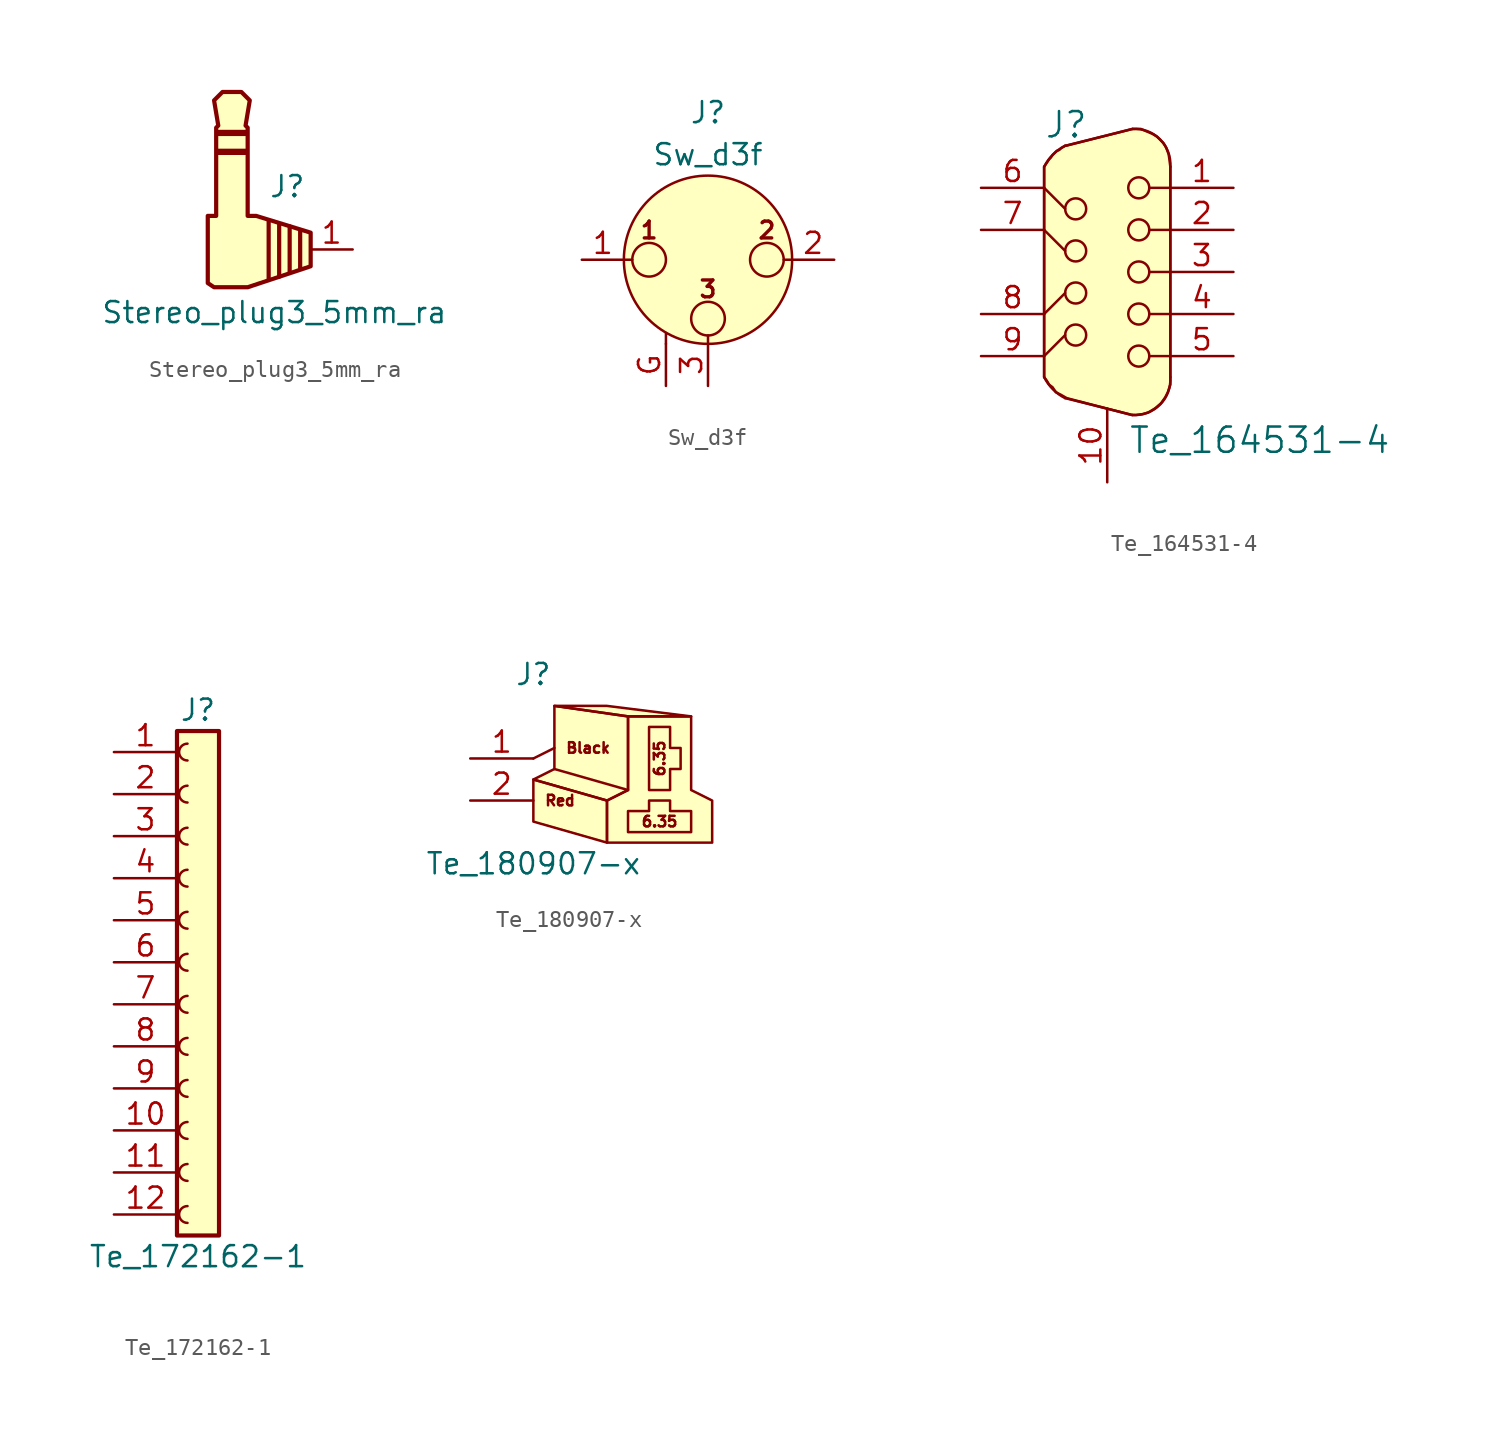
<source format=kicad_sym>
(kicad_symbol_lib
  (version 20220914)
  (generator kicad_symbol_editor)
  (symbol "Stereo_plug3_5mm_ra"
    (pin_names
      (offset 1.016) hide)
    (property "Reference" "J"
      (at -2.54 3.81 0)
      (effects (font (size 1.27 1.27)) (justify left)))
    (property "Value" "Stereo_plug3_5mm_ra"
      (at -12.7 -3.81 0)
      (effects (font (size 1.27 1.27)) (justify left)))
    (symbol "Stereo_plug3_5mm_ra_0_1"
      (rectangle (start -5.588 5.842) (end -3.937 5.969) (stroke (width 0.254) (type default)) (fill (type none)))
      (rectangle (start -5.588 6.985) (end -3.937 7.112) (stroke (width 0.254) (type default)) (fill (type none)))
      (polyline (pts (xy -2.54 1.778) (xy -2.54 -1.778)) (stroke (width 0.254) (type default)) (fill (type none)))
      (polyline (pts (xy -1.27 1.397) (xy -1.27 -1.397)) (stroke (width 0.254) (type default)) (fill (type none)))
      (polyline (pts (xy -0.635 1.143) (xy -0.635 -1.143)) (stroke (width 0.254) (type default)) (fill (type none)))
      (polyline (pts (xy -1.905 1.524) (xy -1.905 -1.651) (xy -1.905 -1.524) (xy -1.905 -1.651)) (stroke (width 0.254) (type default)) (fill (type none)))
      (polyline (pts (xy 0 -1.016) (xy 0 1.016) (xy -3.302 2.032) (xy -3.81 2.032) (xy -3.81 5.588) (xy -3.81 7.366) (xy -3.937 7.493) (xy -3.683 9.017) (xy -4.191 9.525) (xy -5.334 9.525) (xy -5.842 9.017) (xy -5.588 7.493) (xy -5.715 7.366) (xy -5.715 2.032) (xy -6.223 2.032) (xy -6.223 -2.032) (xy -5.842 -2.286) (xy -3.81 -2.286) (xy 0 -1.016)) (stroke (width 0.254) (type default)) (fill (type background))))
    (symbol "Stereo_plug3_5mm_ra_1_1"
      (pin passive line (at 2.54 0 180) (length 2.54) (name "Pin_1" (effects (font (size 1.27 1.27)))) (number "1" (effects (font (size 1.27 1.27)))))))
  (symbol "Sw_d3f"
    (pin_names hide)
    (property "Reference" "J"
      (at 0 8.89 0)
      (effects (font (size 1.27 1.27))))
    (property "Value" "Sw_d3f"
      (at 0 6.35 0)
      (effects (font (size 1.27 1.27))))
    (symbol "Sw_d3f_1_1"
      (circle (center -3.556 0) (radius 1.016) (stroke (width 0) (type default)) (fill (type none)))
      (circle (center 0 -3.556) (radius 1.016) (stroke (width 0) (type default)) (fill (type none)))
      (polyline (pts (xy -5.08 0) (xy -4.572 0)) (stroke (width 0) (type default)) (fill (type none)))
      (polyline (pts (xy -2.54 -5.08) (xy -2.54 -4.445)) (stroke (width 0) (type default)) (fill (type none)))
      (polyline (pts (xy 0 -5.08) (xy 0 -4.572)) (stroke (width 0) (type default)) (fill (type none)))
      (polyline (pts (xy 5.08 0) (xy 4.572 0)) (stroke (width 0) (type default)) (fill (type none)))
      (circle (center 0 0) (radius 5.08) (stroke (width 0) (type default)) (fill (type background)))
      (circle (center 3.556 0) (radius 1.016) (stroke (width 0) (type default)) (fill (type none)))
      (text "1" (at -3.556 1.778 0) (effects (font (size 1.016 1.016) bold)))
      (text "2" (at 3.556 1.778 0) (effects (font (size 1.016 1.016) bold)))
      (text "3" (at 0 -1.778 0) (effects (font (size 1.016 1.016) bold)))
      (pin passive line (at -7.62 0 0) (length 2.54) (name "PIN_1" (effects (font (size 1.27 1.27)))) (number "1" (effects (font (size 1.27 1.27)))))
      (pin passive line (at 7.62 0 180) (length 2.54) (name "PIN_2" (effects (font (size 1.27 1.27)))) (number "2" (effects (font (size 1.27 1.27)))))
      (pin passive line (at 0 -7.62 90) (length 2.54) (name "PIN_3" (effects (font (size 1.27 1.27)))) (number "3" (effects (font (size 1.27 1.27)))))
      (pin passive line (at -2.54 -7.62 90) (length 2.54) (name "GND" (effects (font (size 1.27 1.27)))) (number "G" (effects (font (size 1.27 1.27)))))))
  (symbol "Te_164531-4"
    (pin_names
      (offset 1.016) hide)
    (property "Reference" "J"
      (at -3.81 8.89 0)
      (effects (font (size 1.524 1.524)) (justify left)))
    (property "Value" "Te_164531-4"
      (at 1.27 -10.16 0)
      (effects (font (size 1.524 1.524)) (justify left)))
    (symbol "Te_164531-4_0_1"
      (circle (center -1.905 -3.81) (radius 0.635) (stroke (width 0) (type default)) (fill (type none)))
      (circle (center -1.905 -1.27) (radius 0.635) (stroke (width 0) (type default)) (fill (type none)))
      (circle (center -1.905 1.27) (radius 0.635) (stroke (width 0) (type default)) (fill (type none)))
      (circle (center -1.905 3.81) (radius 0.635) (stroke (width 0) (type default)) (fill (type none)))
      (polyline (pts (xy -3.81 -5.08) (xy -2.54 -3.81)) (stroke (width 0) (type default)) (fill (type none)))
      (polyline (pts (xy -3.81 -2.54) (xy -2.54 -1.27)) (stroke (width 0) (type default)) (fill (type none)))
      (polyline (pts (xy -3.81 2.54) (xy -2.54 1.27)) (stroke (width 0) (type default)) (fill (type none)))
      (polyline (pts (xy -3.81 5.08) (xy -2.54 3.81)) (stroke (width 0) (type default)) (fill (type none)))
      (polyline (pts (xy 3.81 -5.08) (xy 2.54 -5.08)) (stroke (width 0) (type default)) (fill (type none)))
      (polyline (pts (xy 3.81 -2.54) (xy 2.54 -2.54)) (stroke (width 0) (type default)) (fill (type none)))
      (polyline (pts (xy 3.81 0) (xy 2.54 0)) (stroke (width 0) (type default)) (fill (type none)))
      (polyline (pts (xy 3.81 2.54) (xy 2.54 2.54)) (stroke (width 0) (type default)) (fill (type none)))
      (polyline (pts (xy 3.81 5.08) (xy 2.54 5.08)) (stroke (width 0) (type default)) (fill (type none)))
      (circle (center 1.905 -5.08) (radius 0.635) (stroke (width 0) (type default)) (fill (type none)))
      (circle (center 1.905 -2.54) (radius 0.635) (stroke (width 0) (type default)) (fill (type none)))
      (circle (center 1.905 0) (radius 0.635) (stroke (width 0) (type default)) (fill (type none)))
      (circle (center 1.905 2.54) (radius 0.635) (stroke (width 0) (type default)) (fill (type none)))
      (circle (center 1.905 5.08) (radius 0.635) (stroke (width 0) (type default)) (fill (type none))))
    (symbol "Te_164531-4_1_1"
      (arc (start -3.81 -6.35) (mid -3.278 -7.088) (end -2.54 -7.62) (stroke (width 0) (type default)) (fill (type none)))
      (arc (start -2.54 7.62) (mid -3.278 7.088) (end -3.81 6.35) (stroke (width 0) (type default)) (fill (type none)))
      (polyline (pts (xy -3.81 6.35) (xy -3.81 -6.35)) (stroke (width 0) (type default)) (fill (type background)))
      (polyline (pts (xy -2.54 7.62) (xy 1.524 8.636)) (stroke (width 0) (type default)) (fill (type background)))
      (polyline (pts (xy 1.524 -8.636) (xy -2.54 -7.62)) (stroke (width 0) (type default)) (fill (type background)))
      (polyline (pts (xy 3.81 6.35) (xy 3.81 -6.35)) (stroke (width 0) (type default)) (fill (type background)))
      (polyline (pts (xy -2.54 7.62) (xy -2.794 7.468) (xy -2.896 7.366) (xy -3.048 7.315) (xy -3.2 7.163) (xy -3.302 7.061) (xy -3.404 6.909) (xy -3.505 6.807) (xy -3.607 6.655) (xy -3.708 6.502) (xy -3.81 6.35) (xy -3.81 -6.35) (xy -3.658 -6.553) (xy -3.505 -6.807) (xy -3.302 -6.96) (xy -3.099 -7.264) (xy -2.794 -7.417) (xy -2.438 -7.62) (xy 1.473 -8.636) (xy 1.727 -8.636) (xy 2.134 -8.585) (xy 2.489 -8.484) (xy 2.896 -8.23) (xy 3.251 -7.925) (xy 3.505 -7.569) (xy 3.658 -7.264) (xy 3.81 -6.807) (xy 3.81 -6.35) (xy 3.81 6.35) (xy 3.759 6.756) (xy 3.708 7.112) (xy 3.556 7.518) (xy 3.404 7.772) (xy 3.2 7.976) (xy 2.997 8.179) (xy 2.743 8.331) (xy 2.388 8.484) (xy 2.032 8.636) (xy 1.778 8.636) (xy 1.524 8.636) (xy -2.489 7.62)) (stroke (width 0) (type default)) (fill (type background)))
      (arc (start 1.524 -8.636) (mid 3.1855 -8.0115) (end 3.81 -6.35) (stroke (width 0) (type default)) (fill (type none)))
      (arc (start 3.81 6.35) (mid 3.1855 8.0115) (end 1.524 8.636) (stroke (width 0) (type default)) (fill (type none)))
      (pin passive line (at 7.62 5.08 180) (length 3.81) (name "Pin_1" (effects (font (size 1.27 1.27)))) (number "1" (effects (font (size 1.27 1.27)))))
      (pin passive line (at 0 -12.7 90) (length 4.445) (name "Pin_10" (effects (font (size 1.27 1.27)))) (number "10" (effects (font (size 1.27 1.27)))))
      (pin passive line (at 7.62 2.54 180) (length 3.81) (name "Pin_2" (effects (font (size 1.27 1.27)))) (number "2" (effects (font (size 1.27 1.27)))))
      (pin passive line (at 7.62 0 180) (length 3.81) (name "Pin_3" (effects (font (size 1.27 1.27)))) (number "3" (effects (font (size 1.27 1.27)))))
      (pin passive line (at 7.62 -2.54 180) (length 3.81) (name "Pin_4" (effects (font (size 1.27 1.27)))) (number "4" (effects (font (size 1.27 1.27)))))
      (pin passive line (at 7.62 -5.08 180) (length 3.81) (name "Pin_5" (effects (font (size 1.27 1.27)))) (number "5" (effects (font (size 1.27 1.27)))))
      (pin passive line (at -7.62 5.08 0) (length 3.81) (name "Pin_6" (effects (font (size 1.27 1.27)))) (number "6" (effects (font (size 1.27 1.27)))))
      (pin passive line (at -7.62 2.54 0) (length 3.81) (name "Pin_7" (effects (font (size 1.27 1.27)))) (number "7" (effects (font (size 1.27 1.27)))))
      (pin passive line (at -7.62 -2.54 0) (length 3.81) (name "Pin_8" (effects (font (size 1.27 1.27)))) (number "8" (effects (font (size 1.27 1.27)))))
      (pin passive line (at -7.62 -5.08 0) (length 3.81) (name "Pin_9" (effects (font (size 1.27 1.27)))) (number "9" (effects (font (size 1.27 1.27)))))))
  (symbol "Te_172162-1"
    (pin_names
      (offset 1.016) hide)
    (property "Reference" "J"
      (at 0 16.51 0)
      (effects (font (size 1.27 1.27))))
    (property "Value" "Te_172162-1"
      (at 0 -16.51 0)
      (effects (font (size 1.27 1.27))))
    (symbol "Te_172162-1_1_1"
      (rectangle (start -1.27 15.24) (end 1.27 -15.24) (stroke (width 0.254) (type default)) (fill (type background)))
      (arc (start -0.635 -13.462) (mid -1.1408 -13.97) (end -0.635 -14.478) (stroke (width 0) (type default)) (fill (type none)))
      (arc (start -0.635 -10.922) (mid -1.1408 -11.43) (end -0.635 -11.938) (stroke (width 0) (type default)) (fill (type none)))
      (arc (start -0.635 -8.382) (mid -1.1408 -8.89) (end -0.635 -9.398) (stroke (width 0) (type default)) (fill (type none)))
      (arc (start -0.635 -5.842) (mid -1.1408 -6.35) (end -0.635 -6.858) (stroke (width 0) (type default)) (fill (type none)))
      (arc (start -0.635 -3.302) (mid -1.1408 -3.81) (end -0.635 -4.318) (stroke (width 0) (type default)) (fill (type none)))
      (arc (start -0.635 -0.762) (mid -1.1408 -1.27) (end -0.635 -1.778) (stroke (width 0) (type default)) (fill (type none)))
      (arc (start -0.635 1.778) (mid -1.1408 1.27) (end -0.635 0.762) (stroke (width 0) (type default)) (fill (type none)))
      (arc (start -0.635 4.318) (mid -1.1408 3.81) (end -0.635 3.302) (stroke (width 0) (type default)) (fill (type none)))
      (arc (start -0.635 6.858) (mid -1.1408 6.35) (end -0.635 5.842) (stroke (width 0) (type default)) (fill (type none)))
      (arc (start -0.635 9.398) (mid -1.1408 8.89) (end -0.635 8.382) (stroke (width 0) (type default)) (fill (type none)))
      (arc (start -0.635 11.938) (mid -1.1408 11.43) (end -0.635 10.922) (stroke (width 0) (type default)) (fill (type none)))
      (arc (start -0.635 14.478) (mid -1.1408 13.97) (end -0.635 13.462) (stroke (width 0) (type default)) (fill (type none)))
      (pin passive line (at -5.08 13.97 0) (length 3.81) (name "Pin_1" (effects (font (size 1.27 1.27)))) (number "1" (effects (font (size 1.27 1.27)))))
      (pin passive line (at -5.08 -8.89 0) (length 3.81) (name "Pin_10" (effects (font (size 1.27 1.27)))) (number "10" (effects (font (size 1.27 1.27)))))
      (pin passive line (at -5.08 -11.43 0) (length 3.81) (name "Pin_11" (effects (font (size 1.27 1.27)))) (number "11" (effects (font (size 1.27 1.27)))))
      (pin passive line (at -5.08 -13.97 0) (length 3.81) (name "Pin_12" (effects (font (size 1.27 1.27)))) (number "12" (effects (font (size 1.27 1.27)))))
      (pin passive line (at -5.08 11.43 0) (length 3.81) (name "Pin_2" (effects (font (size 1.27 1.27)))) (number "2" (effects (font (size 1.27 1.27)))))
      (pin passive line (at -5.08 8.89 0) (length 3.81) (name "Pin_3" (effects (font (size 1.27 1.27)))) (number "3" (effects (font (size 1.27 1.27)))))
      (pin passive line (at -5.08 6.35 0) (length 3.81) (name "Pin_4" (effects (font (size 1.27 1.27)))) (number "4" (effects (font (size 1.27 1.27)))))
      (pin passive line (at -5.08 3.81 0) (length 3.81) (name "Pin_5" (effects (font (size 1.27 1.27)))) (number "5" (effects (font (size 1.27 1.27)))))
      (pin passive line (at -5.08 1.27 0) (length 3.81) (name "Pin_6" (effects (font (size 1.27 1.27)))) (number "6" (effects (font (size 1.27 1.27)))))
      (pin passive line (at -5.08 -1.27 0) (length 3.81) (name "Pin_7" (effects (font (size 1.27 1.27)))) (number "7" (effects (font (size 1.27 1.27)))))
      (pin passive line (at -5.08 -3.81 0) (length 3.81) (name "Pin_8" (effects (font (size 1.27 1.27)))) (number "8" (effects (font (size 1.27 1.27)))))
      (pin passive line (at -5.08 -6.35 0) (length 3.81) (name "Pin_9" (effects (font (size 1.27 1.27)))) (number "9" (effects (font (size 1.27 1.27)))))))
  (symbol "Te_180907-x"
    (pin_names
      (offset 1.016) hide)
    (property "Reference" "J"
      (at 0 6.35 0)
      (effects (font (size 1.27 1.27))))
    (property "Value" "Te_180907-x"
      (at 0 -5.08 0)
      (effects (font (size 1.27 1.27))))
    (symbol "Te_180907-x_0_0"
      (text "Black" (at 1.905 1.905 0) (effects (font (size 0.635 0.635)) (justify left)))
      (text "Red" (at 0.635 -1.27 0) (effects (font (size 0.635 0.635)) (justify left))))
    (symbol "Te_180907-x_0_1"
      (polyline (pts (xy 0 1.27) (xy 1.27 1.905)) (stroke (width 0) (type default)) (fill (type none)))
      (polyline (pts (xy 4.445 -3.81) (xy 0 -2.54) (xy 0 0) (xy 4.445 -1.27) (xy 4.445 -3.81)) (stroke (width 0) (type default)) (fill (type background)))
      (polyline (pts (xy 9.525 3.81) (xy 4.445 4.445) (xy 1.27 4.445) (xy 5.715 3.81) (xy 9.525 3.81)) (stroke (width 0) (type default)) (fill (type background)))
      (polyline (pts (xy 0 0) (xy 1.27 0.635) (xy 1.27 4.445) (xy 5.715 3.81) (xy 5.715 -0.635) (xy 4.445 -1.27) (xy 0 0)) (stroke (width 0) (type default)) (fill (type background)))
      (polyline (pts (xy 4.445 -1.27) (xy 4.445 -3.81) (xy 10.795 -3.81) (xy 10.795 -1.27) (xy 9.525 -0.635) (xy 9.525 3.81) (xy 5.715 3.81) (xy 5.715 -0.635) (xy 4.445 -1.27)) (stroke (width 0) (type default)) (fill (type background)))
      (polyline (pts (xy 5.715 -3.175) (xy 5.715 -1.905) (xy 6.985 -1.905) (xy 6.985 -1.27) (xy 8.255 -1.27) (xy 8.255 -1.905) (xy 9.525 -1.905) (xy 9.525 -3.175) (xy 5.715 -3.175)) (stroke (width 0) (type default)) (fill (type none))))
    (symbol "Te_180907-x_1_1"
      (polyline (pts (xy 5.715 -0.635) (xy 1.27 0.635)) (stroke (width 0) (type default)) (fill (type none)))
      (polyline (pts (xy 6.985 3.175) (xy 8.255 3.175) (xy 8.255 1.905) (xy 8.89 1.905) (xy 8.89 0.635) (xy 8.255 0.635) (xy 8.255 -0.635) (xy 6.985 -0.635) (xy 6.985 3.175)) (stroke (width 0) (type default)) (fill (type none)))
      (text "6.35" (at 7.62 -2.54 0) (effects (font (size 0.635 0.635))))
      (text "6.35" (at 7.62 1.27 900) (effects (font (size 0.635 0.635))))
      (pin passive line (at -3.81 1.27 0) (length 3.81) (name "Pin_1" (effects (font (size 1.27 1.27)))) (number "1" (effects (font (size 1.27 1.27)))))
      (pin passive line (at -3.81 -1.27 0) (length 3.81) (name "Pin_2" (effects (font (size 1.27 1.27)))) (number "2" (effects (font (size 1.27 1.27))))))))
</source>
